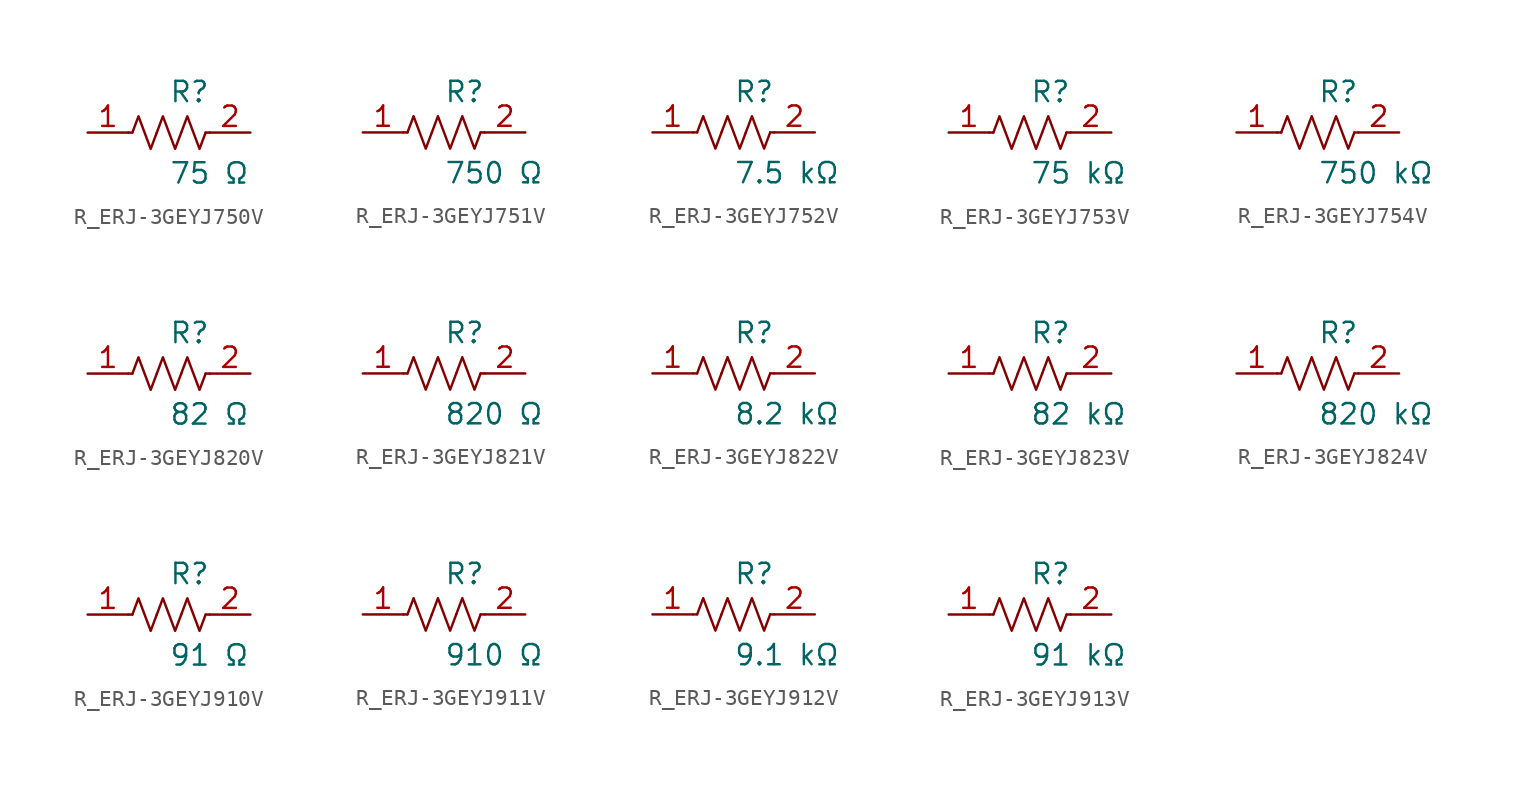
<source format=kicad_sym>
(kicad_symbol_lib
  (version 20231120)
  (generator kicad_symbol_editor)
  (generator_version 8.0)
  (symbol "R_ERJ-3GEYJ750V"
    (pin_names
      (offset 0.254))
    (property "Reference" "R"
      (at 0 2.54 0)
      (effects (font (size 1.27 1.27)) (justify left)))
    (property "Value" "75 Ω"
      (at 0 -2.54 0)
      (effects (font (size 1.27 1.27)) (justify left)))
    (symbol "R_ERJ-3GEYJ750V_0_1"
      (polyline (pts (xy 2.286 0) (xy 2.54 0)) (stroke (width 0) (type default)) (fill (type none)))
      (polyline (pts (xy -2.286 0) (xy -2.54 0)) (stroke (width 0) (type default)) (fill (type none)))
      (polyline (pts (xy 0.762 0) (xy 1.143 1.016) (xy 1.524 0) (xy 1.905 -1.016) (xy 2.286 0)) (stroke (width 0) (type default)) (fill (type none)))
      (polyline (pts (xy -0.762 0) (xy -0.381 1.016) (xy 0 0) (xy 0.381 -1.016) (xy 0.762 0)) (stroke (width 0) (type default)) (fill (type none)))
      (polyline (pts (xy -2.286 0) (xy -1.905 1.016) (xy -1.524 0) (xy -1.143 -1.016) (xy -0.762 0)) (stroke (width 0) (type default)) (fill (type none))))
    (pin passive line
      (at -5.08 0 0)
      (length 2.54)
      (name "" (effects (font (size 1.27 1.27))))
      (number "1" (effects (font (size 1.27 1.27)))))
    (pin passive line
      (at 5.08 0 180)
      (length 2.54)
      (name "" (effects (font (size 1.27 1.27))))
      (number "2" (effects (font (size 1.27 1.27))))))
  (symbol "R_ERJ-3GEYJ751V"
    (pin_names
      (offset 0.254))
    (property "Reference" "R"
      (at 0 2.54 0)
      (effects (font (size 1.27 1.27)) (justify left)))
    (property "Value" "750 Ω"
      (at 0 -2.54 0)
      (effects (font (size 1.27 1.27)) (justify left)))
    (symbol "R_ERJ-3GEYJ751V_0_1"
      (polyline (pts (xy 2.286 0) (xy 2.54 0)) (stroke (width 0) (type default)) (fill (type none)))
      (polyline (pts (xy -2.286 0) (xy -2.54 0)) (stroke (width 0) (type default)) (fill (type none)))
      (polyline (pts (xy 0.762 0) (xy 1.143 1.016) (xy 1.524 0) (xy 1.905 -1.016) (xy 2.286 0)) (stroke (width 0) (type default)) (fill (type none)))
      (polyline (pts (xy -0.762 0) (xy -0.381 1.016) (xy 0 0) (xy 0.381 -1.016) (xy 0.762 0)) (stroke (width 0) (type default)) (fill (type none)))
      (polyline (pts (xy -2.286 0) (xy -1.905 1.016) (xy -1.524 0) (xy -1.143 -1.016) (xy -0.762 0)) (stroke (width 0) (type default)) (fill (type none))))
    (pin passive line
      (at -5.08 0 0)
      (length 2.54)
      (name "" (effects (font (size 1.27 1.27))))
      (number "1" (effects (font (size 1.27 1.27)))))
    (pin passive line
      (at 5.08 0 180)
      (length 2.54)
      (name "" (effects (font (size 1.27 1.27))))
      (number "2" (effects (font (size 1.27 1.27))))))
  (symbol "R_ERJ-3GEYJ752V"
    (pin_names
      (offset 0.254))
    (property "Reference" "R"
      (at 0 2.54 0)
      (effects (font (size 1.27 1.27)) (justify left)))
    (property "Value" "7.5 kΩ"
      (at 0 -2.54 0)
      (effects (font (size 1.27 1.27)) (justify left)))
    (symbol "R_ERJ-3GEYJ752V_0_1"
      (polyline (pts (xy 2.286 0) (xy 2.54 0)) (stroke (width 0) (type default)) (fill (type none)))
      (polyline (pts (xy -2.286 0) (xy -2.54 0)) (stroke (width 0) (type default)) (fill (type none)))
      (polyline (pts (xy 0.762 0) (xy 1.143 1.016) (xy 1.524 0) (xy 1.905 -1.016) (xy 2.286 0)) (stroke (width 0) (type default)) (fill (type none)))
      (polyline (pts (xy -0.762 0) (xy -0.381 1.016) (xy 0 0) (xy 0.381 -1.016) (xy 0.762 0)) (stroke (width 0) (type default)) (fill (type none)))
      (polyline (pts (xy -2.286 0) (xy -1.905 1.016) (xy -1.524 0) (xy -1.143 -1.016) (xy -0.762 0)) (stroke (width 0) (type default)) (fill (type none))))
    (pin passive line
      (at -5.08 0 0)
      (length 2.54)
      (name "" (effects (font (size 1.27 1.27))))
      (number "1" (effects (font (size 1.27 1.27)))))
    (pin passive line
      (at 5.08 0 180)
      (length 2.54)
      (name "" (effects (font (size 1.27 1.27))))
      (number "2" (effects (font (size 1.27 1.27))))))
  (symbol "R_ERJ-3GEYJ753V"
    (pin_names
      (offset 0.254))
    (property "Reference" "R"
      (at 0 2.54 0)
      (effects (font (size 1.27 1.27)) (justify left)))
    (property "Value" "75 kΩ"
      (at 0 -2.54 0)
      (effects (font (size 1.27 1.27)) (justify left)))
    (symbol "R_ERJ-3GEYJ753V_0_1"
      (polyline (pts (xy 2.286 0) (xy 2.54 0)) (stroke (width 0) (type default)) (fill (type none)))
      (polyline (pts (xy -2.286 0) (xy -2.54 0)) (stroke (width 0) (type default)) (fill (type none)))
      (polyline (pts (xy 0.762 0) (xy 1.143 1.016) (xy 1.524 0) (xy 1.905 -1.016) (xy 2.286 0)) (stroke (width 0) (type default)) (fill (type none)))
      (polyline (pts (xy -0.762 0) (xy -0.381 1.016) (xy 0 0) (xy 0.381 -1.016) (xy 0.762 0)) (stroke (width 0) (type default)) (fill (type none)))
      (polyline (pts (xy -2.286 0) (xy -1.905 1.016) (xy -1.524 0) (xy -1.143 -1.016) (xy -0.762 0)) (stroke (width 0) (type default)) (fill (type none))))
    (pin passive line
      (at -5.08 0 0)
      (length 2.54)
      (name "" (effects (font (size 1.27 1.27))))
      (number "1" (effects (font (size 1.27 1.27)))))
    (pin passive line
      (at 5.08 0 180)
      (length 2.54)
      (name "" (effects (font (size 1.27 1.27))))
      (number "2" (effects (font (size 1.27 1.27))))))
  (symbol "R_ERJ-3GEYJ754V"
    (pin_names
      (offset 0.254))
    (property "Reference" "R"
      (at 0 2.54 0)
      (effects (font (size 1.27 1.27)) (justify left)))
    (property "Value" "750 kΩ"
      (at 0 -2.54 0)
      (effects (font (size 1.27 1.27)) (justify left)))
    (symbol "R_ERJ-3GEYJ754V_0_1"
      (polyline (pts (xy 2.286 0) (xy 2.54 0)) (stroke (width 0) (type default)) (fill (type none)))
      (polyline (pts (xy -2.286 0) (xy -2.54 0)) (stroke (width 0) (type default)) (fill (type none)))
      (polyline (pts (xy 0.762 0) (xy 1.143 1.016) (xy 1.524 0) (xy 1.905 -1.016) (xy 2.286 0)) (stroke (width 0) (type default)) (fill (type none)))
      (polyline (pts (xy -0.762 0) (xy -0.381 1.016) (xy 0 0) (xy 0.381 -1.016) (xy 0.762 0)) (stroke (width 0) (type default)) (fill (type none)))
      (polyline (pts (xy -2.286 0) (xy -1.905 1.016) (xy -1.524 0) (xy -1.143 -1.016) (xy -0.762 0)) (stroke (width 0) (type default)) (fill (type none))))
    (pin passive line
      (at -5.08 0 0)
      (length 2.54)
      (name "" (effects (font (size 1.27 1.27))))
      (number "1" (effects (font (size 1.27 1.27)))))
    (pin passive line
      (at 5.08 0 180)
      (length 2.54)
      (name "" (effects (font (size 1.27 1.27))))
      (number "2" (effects (font (size 1.27 1.27))))))
  (symbol "R_ERJ-3GEYJ820V"
    (pin_names
      (offset 0.254))
    (property "Reference" "R"
      (at 0 2.54 0)
      (effects (font (size 1.27 1.27)) (justify left)))
    (property "Value" "82 Ω"
      (at 0 -2.54 0)
      (effects (font (size 1.27 1.27)) (justify left)))
    (symbol "R_ERJ-3GEYJ820V_0_1"
      (polyline (pts (xy 2.286 0) (xy 2.54 0)) (stroke (width 0) (type default)) (fill (type none)))
      (polyline (pts (xy -2.286 0) (xy -2.54 0)) (stroke (width 0) (type default)) (fill (type none)))
      (polyline (pts (xy 0.762 0) (xy 1.143 1.016) (xy 1.524 0) (xy 1.905 -1.016) (xy 2.286 0)) (stroke (width 0) (type default)) (fill (type none)))
      (polyline (pts (xy -0.762 0) (xy -0.381 1.016) (xy 0 0) (xy 0.381 -1.016) (xy 0.762 0)) (stroke (width 0) (type default)) (fill (type none)))
      (polyline (pts (xy -2.286 0) (xy -1.905 1.016) (xy -1.524 0) (xy -1.143 -1.016) (xy -0.762 0)) (stroke (width 0) (type default)) (fill (type none))))
    (pin passive line
      (at -5.08 0 0)
      (length 2.54)
      (name "" (effects (font (size 1.27 1.27))))
      (number "1" (effects (font (size 1.27 1.27)))))
    (pin passive line
      (at 5.08 0 180)
      (length 2.54)
      (name "" (effects (font (size 1.27 1.27))))
      (number "2" (effects (font (size 1.27 1.27))))))
  (symbol "R_ERJ-3GEYJ821V"
    (pin_names
      (offset 0.254))
    (property "Reference" "R"
      (at 0 2.54 0)
      (effects (font (size 1.27 1.27)) (justify left)))
    (property "Value" "820 Ω"
      (at 0 -2.54 0)
      (effects (font (size 1.27 1.27)) (justify left)))
    (symbol "R_ERJ-3GEYJ821V_0_1"
      (polyline (pts (xy 2.286 0) (xy 2.54 0)) (stroke (width 0) (type default)) (fill (type none)))
      (polyline (pts (xy -2.286 0) (xy -2.54 0)) (stroke (width 0) (type default)) (fill (type none)))
      (polyline (pts (xy 0.762 0) (xy 1.143 1.016) (xy 1.524 0) (xy 1.905 -1.016) (xy 2.286 0)) (stroke (width 0) (type default)) (fill (type none)))
      (polyline (pts (xy -0.762 0) (xy -0.381 1.016) (xy 0 0) (xy 0.381 -1.016) (xy 0.762 0)) (stroke (width 0) (type default)) (fill (type none)))
      (polyline (pts (xy -2.286 0) (xy -1.905 1.016) (xy -1.524 0) (xy -1.143 -1.016) (xy -0.762 0)) (stroke (width 0) (type default)) (fill (type none))))
    (pin passive line
      (at -5.08 0 0)
      (length 2.54)
      (name "" (effects (font (size 1.27 1.27))))
      (number "1" (effects (font (size 1.27 1.27)))))
    (pin passive line
      (at 5.08 0 180)
      (length 2.54)
      (name "" (effects (font (size 1.27 1.27))))
      (number "2" (effects (font (size 1.27 1.27))))))
  (symbol "R_ERJ-3GEYJ822V"
    (pin_names
      (offset 0.254))
    (property "Reference" "R"
      (at 0 2.54 0)
      (effects (font (size 1.27 1.27)) (justify left)))
    (property "Value" "8.2 kΩ"
      (at 0 -2.54 0)
      (effects (font (size 1.27 1.27)) (justify left)))
    (symbol "R_ERJ-3GEYJ822V_0_1"
      (polyline (pts (xy 2.286 0) (xy 2.54 0)) (stroke (width 0) (type default)) (fill (type none)))
      (polyline (pts (xy -2.286 0) (xy -2.54 0)) (stroke (width 0) (type default)) (fill (type none)))
      (polyline (pts (xy 0.762 0) (xy 1.143 1.016) (xy 1.524 0) (xy 1.905 -1.016) (xy 2.286 0)) (stroke (width 0) (type default)) (fill (type none)))
      (polyline (pts (xy -0.762 0) (xy -0.381 1.016) (xy 0 0) (xy 0.381 -1.016) (xy 0.762 0)) (stroke (width 0) (type default)) (fill (type none)))
      (polyline (pts (xy -2.286 0) (xy -1.905 1.016) (xy -1.524 0) (xy -1.143 -1.016) (xy -0.762 0)) (stroke (width 0) (type default)) (fill (type none))))
    (pin passive line
      (at -5.08 0 0)
      (length 2.54)
      (name "" (effects (font (size 1.27 1.27))))
      (number "1" (effects (font (size 1.27 1.27)))))
    (pin passive line
      (at 5.08 0 180)
      (length 2.54)
      (name "" (effects (font (size 1.27 1.27))))
      (number "2" (effects (font (size 1.27 1.27))))))
  (symbol "R_ERJ-3GEYJ823V"
    (pin_names
      (offset 0.254))
    (property "Reference" "R"
      (at 0 2.54 0)
      (effects (font (size 1.27 1.27)) (justify left)))
    (property "Value" "82 kΩ"
      (at 0 -2.54 0)
      (effects (font (size 1.27 1.27)) (justify left)))
    (symbol "R_ERJ-3GEYJ823V_0_1"
      (polyline (pts (xy 2.286 0) (xy 2.54 0)) (stroke (width 0) (type default)) (fill (type none)))
      (polyline (pts (xy -2.286 0) (xy -2.54 0)) (stroke (width 0) (type default)) (fill (type none)))
      (polyline (pts (xy 0.762 0) (xy 1.143 1.016) (xy 1.524 0) (xy 1.905 -1.016) (xy 2.286 0)) (stroke (width 0) (type default)) (fill (type none)))
      (polyline (pts (xy -0.762 0) (xy -0.381 1.016) (xy 0 0) (xy 0.381 -1.016) (xy 0.762 0)) (stroke (width 0) (type default)) (fill (type none)))
      (polyline (pts (xy -2.286 0) (xy -1.905 1.016) (xy -1.524 0) (xy -1.143 -1.016) (xy -0.762 0)) (stroke (width 0) (type default)) (fill (type none))))
    (pin passive line
      (at -5.08 0 0)
      (length 2.54)
      (name "" (effects (font (size 1.27 1.27))))
      (number "1" (effects (font (size 1.27 1.27)))))
    (pin passive line
      (at 5.08 0 180)
      (length 2.54)
      (name "" (effects (font (size 1.27 1.27))))
      (number "2" (effects (font (size 1.27 1.27))))))
  (symbol "R_ERJ-3GEYJ824V"
    (pin_names
      (offset 0.254))
    (property "Reference" "R"
      (at 0 2.54 0)
      (effects (font (size 1.27 1.27)) (justify left)))
    (property "Value" "820 kΩ"
      (at 0 -2.54 0)
      (effects (font (size 1.27 1.27)) (justify left)))
    (symbol "R_ERJ-3GEYJ824V_0_1"
      (polyline (pts (xy 2.286 0) (xy 2.54 0)) (stroke (width 0) (type default)) (fill (type none)))
      (polyline (pts (xy -2.286 0) (xy -2.54 0)) (stroke (width 0) (type default)) (fill (type none)))
      (polyline (pts (xy 0.762 0) (xy 1.143 1.016) (xy 1.524 0) (xy 1.905 -1.016) (xy 2.286 0)) (stroke (width 0) (type default)) (fill (type none)))
      (polyline (pts (xy -0.762 0) (xy -0.381 1.016) (xy 0 0) (xy 0.381 -1.016) (xy 0.762 0)) (stroke (width 0) (type default)) (fill (type none)))
      (polyline (pts (xy -2.286 0) (xy -1.905 1.016) (xy -1.524 0) (xy -1.143 -1.016) (xy -0.762 0)) (stroke (width 0) (type default)) (fill (type none))))
    (pin passive line
      (at -5.08 0 0)
      (length 2.54)
      (name "" (effects (font (size 1.27 1.27))))
      (number "1" (effects (font (size 1.27 1.27)))))
    (pin passive line
      (at 5.08 0 180)
      (length 2.54)
      (name "" (effects (font (size 1.27 1.27))))
      (number "2" (effects (font (size 1.27 1.27))))))
  (symbol "R_ERJ-3GEYJ910V"
    (pin_names
      (offset 0.254))
    (property "Reference" "R"
      (at 0 2.54 0)
      (effects (font (size 1.27 1.27)) (justify left)))
    (property "Value" "91 Ω"
      (at 0 -2.54 0)
      (effects (font (size 1.27 1.27)) (justify left)))
    (symbol "R_ERJ-3GEYJ910V_0_1"
      (polyline (pts (xy 2.286 0) (xy 2.54 0)) (stroke (width 0) (type default)) (fill (type none)))
      (polyline (pts (xy -2.286 0) (xy -2.54 0)) (stroke (width 0) (type default)) (fill (type none)))
      (polyline (pts (xy 0.762 0) (xy 1.143 1.016) (xy 1.524 0) (xy 1.905 -1.016) (xy 2.286 0)) (stroke (width 0) (type default)) (fill (type none)))
      (polyline (pts (xy -0.762 0) (xy -0.381 1.016) (xy 0 0) (xy 0.381 -1.016) (xy 0.762 0)) (stroke (width 0) (type default)) (fill (type none)))
      (polyline (pts (xy -2.286 0) (xy -1.905 1.016) (xy -1.524 0) (xy -1.143 -1.016) (xy -0.762 0)) (stroke (width 0) (type default)) (fill (type none))))
    (pin passive line
      (at -5.08 0 0)
      (length 2.54)
      (name "" (effects (font (size 1.27 1.27))))
      (number "1" (effects (font (size 1.27 1.27)))))
    (pin passive line
      (at 5.08 0 180)
      (length 2.54)
      (name "" (effects (font (size 1.27 1.27))))
      (number "2" (effects (font (size 1.27 1.27))))))
  (symbol "R_ERJ-3GEYJ911V"
    (pin_names
      (offset 0.254))
    (property "Reference" "R"
      (at 0 2.54 0)
      (effects (font (size 1.27 1.27)) (justify left)))
    (property "Value" "910 Ω"
      (at 0 -2.54 0)
      (effects (font (size 1.27 1.27)) (justify left)))
    (symbol "R_ERJ-3GEYJ911V_0_1"
      (polyline (pts (xy 2.286 0) (xy 2.54 0)) (stroke (width 0) (type default)) (fill (type none)))
      (polyline (pts (xy -2.286 0) (xy -2.54 0)) (stroke (width 0) (type default)) (fill (type none)))
      (polyline (pts (xy 0.762 0) (xy 1.143 1.016) (xy 1.524 0) (xy 1.905 -1.016) (xy 2.286 0)) (stroke (width 0) (type default)) (fill (type none)))
      (polyline (pts (xy -0.762 0) (xy -0.381 1.016) (xy 0 0) (xy 0.381 -1.016) (xy 0.762 0)) (stroke (width 0) (type default)) (fill (type none)))
      (polyline (pts (xy -2.286 0) (xy -1.905 1.016) (xy -1.524 0) (xy -1.143 -1.016) (xy -0.762 0)) (stroke (width 0) (type default)) (fill (type none))))
    (pin passive line
      (at -5.08 0 0)
      (length 2.54)
      (name "" (effects (font (size 1.27 1.27))))
      (number "1" (effects (font (size 1.27 1.27)))))
    (pin passive line
      (at 5.08 0 180)
      (length 2.54)
      (name "" (effects (font (size 1.27 1.27))))
      (number "2" (effects (font (size 1.27 1.27))))))
  (symbol "R_ERJ-3GEYJ912V"
    (pin_names
      (offset 0.254))
    (property "Reference" "R"
      (at 0 2.54 0)
      (effects (font (size 1.27 1.27)) (justify left)))
    (property "Value" "9.1 kΩ"
      (at 0 -2.54 0)
      (effects (font (size 1.27 1.27)) (justify left)))
    (symbol "R_ERJ-3GEYJ912V_0_1"
      (polyline (pts (xy 2.286 0) (xy 2.54 0)) (stroke (width 0) (type default)) (fill (type none)))
      (polyline (pts (xy -2.286 0) (xy -2.54 0)) (stroke (width 0) (type default)) (fill (type none)))
      (polyline (pts (xy 0.762 0) (xy 1.143 1.016) (xy 1.524 0) (xy 1.905 -1.016) (xy 2.286 0)) (stroke (width 0) (type default)) (fill (type none)))
      (polyline (pts (xy -0.762 0) (xy -0.381 1.016) (xy 0 0) (xy 0.381 -1.016) (xy 0.762 0)) (stroke (width 0) (type default)) (fill (type none)))
      (polyline (pts (xy -2.286 0) (xy -1.905 1.016) (xy -1.524 0) (xy -1.143 -1.016) (xy -0.762 0)) (stroke (width 0) (type default)) (fill (type none))))
    (pin passive line
      (at -5.08 0 0)
      (length 2.54)
      (name "" (effects (font (size 1.27 1.27))))
      (number "1" (effects (font (size 1.27 1.27)))))
    (pin passive line
      (at 5.08 0 180)
      (length 2.54)
      (name "" (effects (font (size 1.27 1.27))))
      (number "2" (effects (font (size 1.27 1.27))))))
  (symbol "R_ERJ-3GEYJ913V"
    (pin_names
      (offset 0.254))
    (property "Reference" "R"
      (at 0 2.54 0)
      (effects (font (size 1.27 1.27)) (justify left)))
    (property "Value" "91 kΩ"
      (at 0 -2.54 0)
      (effects (font (size 1.27 1.27)) (justify left)))
    (symbol "R_ERJ-3GEYJ913V_0_1"
      (polyline (pts (xy 2.286 0) (xy 2.54 0)) (stroke (width 0) (type default)) (fill (type none)))
      (polyline (pts (xy -2.286 0) (xy -2.54 0)) (stroke (width 0) (type default)) (fill (type none)))
      (polyline (pts (xy 0.762 0) (xy 1.143 1.016) (xy 1.524 0) (xy 1.905 -1.016) (xy 2.286 0)) (stroke (width 0) (type default)) (fill (type none)))
      (polyline (pts (xy -0.762 0) (xy -0.381 1.016) (xy 0 0) (xy 0.381 -1.016) (xy 0.762 0)) (stroke (width 0) (type default)) (fill (type none)))
      (polyline (pts (xy -2.286 0) (xy -1.905 1.016) (xy -1.524 0) (xy -1.143 -1.016) (xy -0.762 0)) (stroke (width 0) (type default)) (fill (type none))))
    (pin passive line
      (at -5.08 0 0)
      (length 2.54)
      (name "" (effects (font (size 1.27 1.27))))
      (number "1" (effects (font (size 1.27 1.27)))))
    (pin passive line
      (at 5.08 0 180)
      (length 2.54)
      (name "" (effects (font (size 1.27 1.27))))
      (number "2" (effects (font (size 1.27 1.27)))))))
</source>
